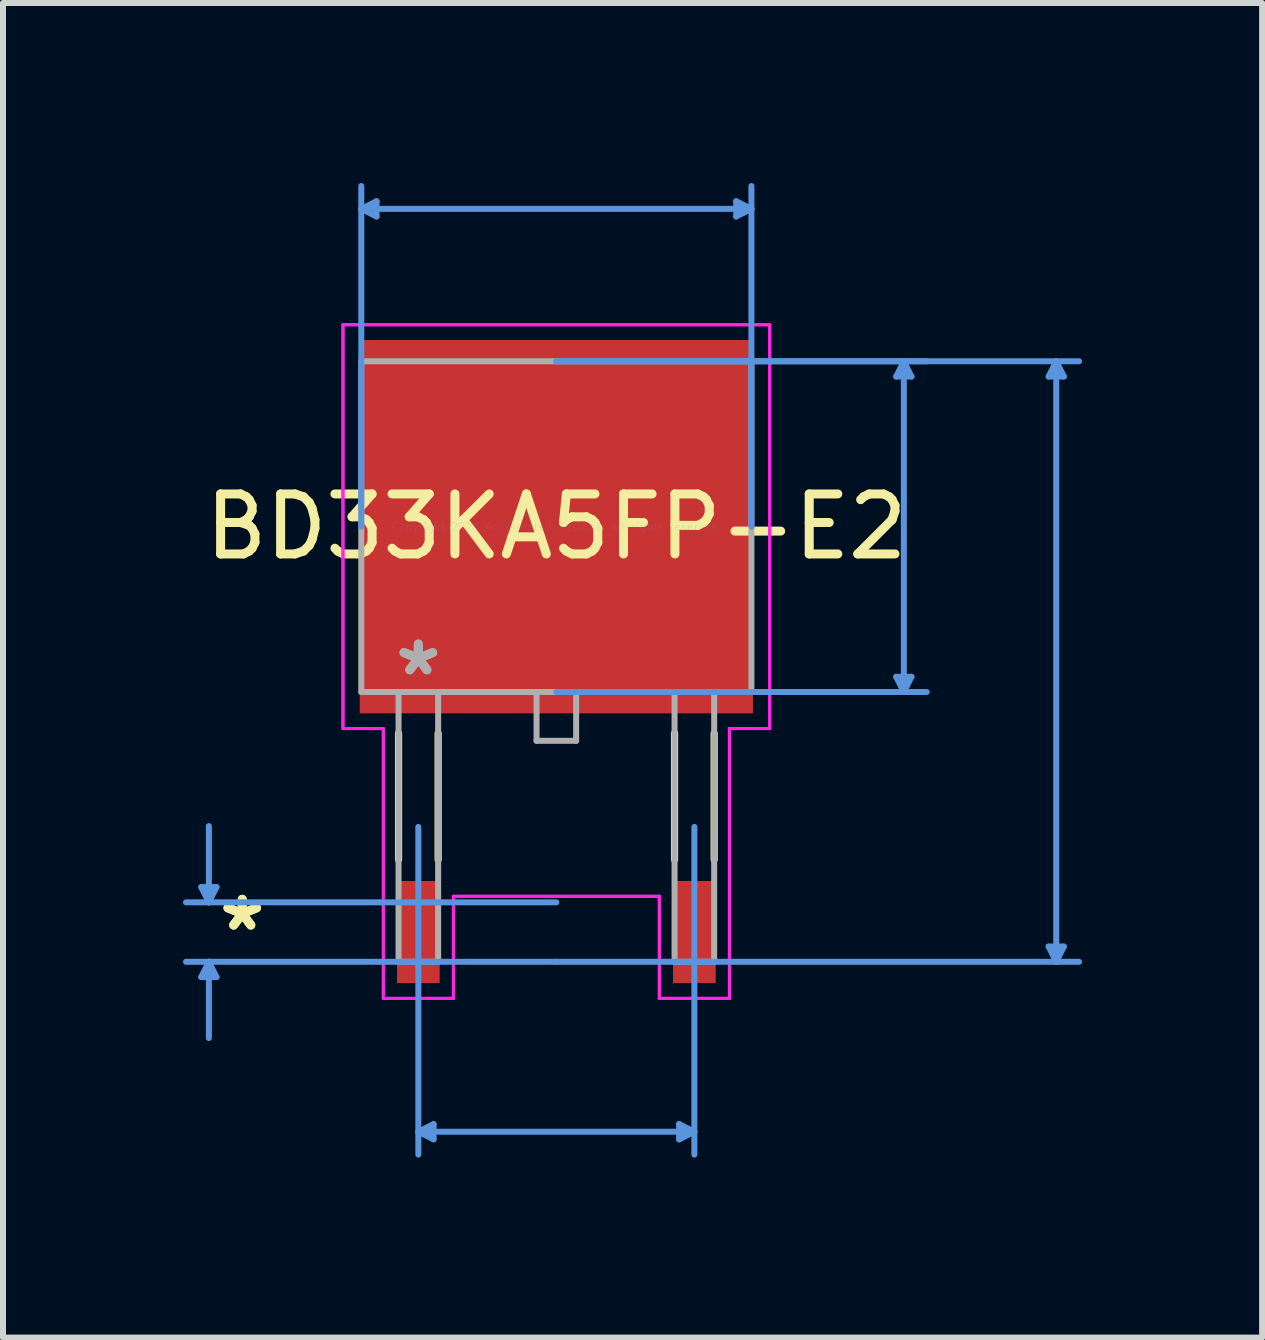
<source format=kicad_pcb>
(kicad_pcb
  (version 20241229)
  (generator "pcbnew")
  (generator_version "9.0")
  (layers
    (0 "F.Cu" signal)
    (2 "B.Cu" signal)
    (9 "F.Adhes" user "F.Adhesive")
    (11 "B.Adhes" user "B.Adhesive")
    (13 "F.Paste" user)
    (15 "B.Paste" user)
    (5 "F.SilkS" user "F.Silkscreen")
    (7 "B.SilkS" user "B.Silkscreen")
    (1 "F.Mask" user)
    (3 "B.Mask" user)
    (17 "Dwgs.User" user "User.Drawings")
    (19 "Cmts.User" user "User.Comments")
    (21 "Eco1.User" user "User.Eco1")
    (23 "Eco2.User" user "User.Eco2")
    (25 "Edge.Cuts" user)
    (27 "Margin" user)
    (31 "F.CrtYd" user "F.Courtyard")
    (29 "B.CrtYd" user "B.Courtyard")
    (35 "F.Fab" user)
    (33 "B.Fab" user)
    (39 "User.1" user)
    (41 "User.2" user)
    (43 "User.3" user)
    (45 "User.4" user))
  (footprint "BD33KA5FP-E2"
    (layer "F.Cu")
    (at 6.222 5.727)
    (property "Reference" "BD33KA5FP-E2" (at 0 0 0) (layer "F.SilkS") (effects (font (size 1 1) (thickness 0.15))))
    (attr through_hole)
    (fp_line (start -2.63 3.444) (end -2.63 5.55) (stroke (width 0.12) (type solid)) (layer "F.SilkS"))
    (fp_line (start -1.97 3.444) (end -1.97 5.55) (stroke (width 0.12) (type solid)) (layer "F.SilkS"))
    (fp_line (start 1.97 3.444) (end 1.97 5.55) (stroke (width 0.12) (type solid)) (layer "F.SilkS"))
    (fp_line (start 2.63 3.444) (end 2.63 5.55) (stroke (width 0.12) (type solid)) (layer "F.SilkS"))
    (fp_line (start -5.918 6.007) (end -5.664 6.007) (stroke (width 0.1) (type solid)) (layer "Cmts.User"))
    (fp_line (start -5.918 7.506) (end -5.664 7.506) (stroke (width 0.1) (type solid)) (layer "Cmts.User"))
    (fp_line (start -5.791 6.261) (end -5.918 6.007) (stroke (width 0.1) (type solid)) (layer "Cmts.User"))
    (fp_line (start -5.791 6.261) (end -5.791 4.991) (stroke (width 0.1) (type solid)) (layer "Cmts.User"))
    (fp_line (start -5.791 6.261) (end -5.664 6.007) (stroke (width 0.1) (type solid)) (layer "Cmts.User"))
    (fp_line (start -5.791 7.252) (end -5.918 7.506) (stroke (width 0.1) (type solid)) (layer "Cmts.User"))
    (fp_line (start -5.791 7.252) (end -5.791 8.522) (stroke (width 0.1) (type solid)) (layer "Cmts.User"))
    (fp_line (start -5.791 7.252) (end -5.664 7.506) (stroke (width 0.1) (type solid)) (layer "Cmts.User"))
    (fp_line (start -3.251 -5.296) (end -2.997 -5.423) (stroke (width 0.1) (type solid)) (layer "Cmts.User"))
    (fp_line (start -3.251 -5.296) (end -2.997 -5.169) (stroke (width 0.1) (type solid)) (layer "Cmts.User"))
    (fp_line (start -3.251 -5.296) (end 3.251 -5.296) (stroke (width 0.1) (type solid)) (layer "Cmts.User"))
    (fp_line (start -3.251 0) (end -3.251 -5.677) (stroke (width 0.1) (type solid)) (layer "Cmts.User"))
    (fp_line (start -2.997 -5.423) (end -2.997 -5.169) (stroke (width 0.1) (type solid)) (layer "Cmts.User"))
    (fp_line (start -2.3 5.004) (end -2.3 10.465) (stroke (width 0.1) (type solid)) (layer "Cmts.User"))
    (fp_line (start -2.3 10.084) (end -2.046 9.957) (stroke (width 0.1) (type solid)) (layer "Cmts.User"))
    (fp_line (start -2.3 10.084) (end -2.046 10.211) (stroke (width 0.1) (type solid)) (layer "Cmts.User"))
    (fp_line (start -2.3 10.084) (end 2.3 10.084) (stroke (width 0.1) (type solid)) (layer "Cmts.User"))
    (fp_line (start -2.046 9.957) (end -2.046 10.211) (stroke (width 0.1) (type solid)) (layer "Cmts.User"))
    (fp_line (start 0 -2.756) (end 6.172 -2.756) (stroke (width 0.1) (type solid)) (layer "Cmts.User"))
    (fp_line (start 0 -2.756) (end 8.712 -2.756) (stroke (width 0.1) (type solid)) (layer "Cmts.User"))
    (fp_line (start 0 2.756) (end 6.172 2.756) (stroke (width 0.1) (type solid)) (layer "Cmts.User"))
    (fp_line (start 0 6.261) (end -6.172 6.261) (stroke (width 0.1) (type solid)) (layer "Cmts.User"))
    (fp_line (start 0 7.252) (end -6.172 7.252) (stroke (width 0.1) (type solid)) (layer "Cmts.User"))
    (fp_line (start 0 7.252) (end 8.712 7.252) (stroke (width 0.1) (type solid)) (layer "Cmts.User"))
    (fp_line (start 2.046 9.957) (end 2.046 10.211) (stroke (width 0.1) (type solid)) (layer "Cmts.User"))
    (fp_line (start 2.3 5.004) (end 2.3 10.465) (stroke (width 0.1) (type solid)) (layer "Cmts.User"))
    (fp_line (start 2.3 10.084) (end 2.046 9.957) (stroke (width 0.1) (type solid)) (layer "Cmts.User"))
    (fp_line (start 2.3 10.084) (end 2.046 10.211) (stroke (width 0.1) (type solid)) (layer "Cmts.User"))
    (fp_line (start 2.997 -5.423) (end 2.997 -5.169) (stroke (width 0.1) (type solid)) (layer "Cmts.User"))
    (fp_line (start 3.251 -5.296) (end 2.997 -5.423) (stroke (width 0.1) (type solid)) (layer "Cmts.User"))
    (fp_line (start 3.251 -5.296) (end 2.997 -5.169) (stroke (width 0.1) (type solid)) (layer "Cmts.User"))
    (fp_line (start 3.251 0) (end 3.251 -5.677) (stroke (width 0.1) (type solid)) (layer "Cmts.User"))
    (fp_line (start 5.664 -2.502) (end 5.918 -2.502) (stroke (width 0.1) (type solid)) (layer "Cmts.User"))
    (fp_line (start 5.664 2.502) (end 5.918 2.502) (stroke (width 0.1) (type solid)) (layer "Cmts.User"))
    (fp_line (start 5.791 -2.756) (end 5.664 -2.502) (stroke (width 0.1) (type solid)) (layer "Cmts.User"))
    (fp_line (start 5.791 -2.756) (end 5.791 2.756) (stroke (width 0.1) (type solid)) (layer "Cmts.User"))
    (fp_line (start 5.791 -2.756) (end 5.918 -2.502) (stroke (width 0.1) (type solid)) (layer "Cmts.User"))
    (fp_line (start 5.791 2.756) (end 5.664 2.502) (stroke (width 0.1) (type solid)) (layer "Cmts.User"))
    (fp_line (start 5.791 2.756) (end 5.918 2.502) (stroke (width 0.1) (type solid)) (layer "Cmts.User"))
    (fp_line (start 8.204 -2.502) (end 8.458 -2.502) (stroke (width 0.1) (type solid)) (layer "Cmts.User"))
    (fp_line (start 8.204 6.998) (end 8.458 6.998) (stroke (width 0.1) (type solid)) (layer "Cmts.User"))
    (fp_line (start 8.331 -2.756) (end 8.204 -2.502) (stroke (width 0.1) (type solid)) (layer "Cmts.User"))
    (fp_line (start 8.331 -2.756) (end 8.331 7.252) (stroke (width 0.1) (type solid)) (layer "Cmts.User"))
    (fp_line (start 8.331 -2.756) (end 8.458 -2.502) (stroke (width 0.1) (type solid)) (layer "Cmts.User"))
    (fp_line (start 8.331 7.252) (end 8.204 6.998) (stroke (width 0.1) (type solid)) (layer "Cmts.User"))
    (fp_line (start 8.331 7.252) (end 8.458 6.998) (stroke (width 0.1) (type solid)) (layer "Cmts.User"))
    (fp_line (start -3.556 -3.365) (end 3.556 -3.365) (stroke (width 0.05) (type solid)) (layer "F.CrtYd"))
    (fp_line (start -3.556 -3.365) (end 3.556 -3.365) (stroke (width 0.05) (type solid)) (layer "F.CrtYd"))
    (fp_line (start -3.556 3.365) (end -3.556 -3.365) (stroke (width 0.05) (type solid)) (layer "F.CrtYd"))
    (fp_line (start -3.556 3.365) (end -3.556 -3.365) (stroke (width 0.05) (type solid)) (layer "F.CrtYd"))
    (fp_line (start -2.884 3.365) (end -3.556 3.365) (stroke (width 0.05) (type solid)) (layer "F.CrtYd"))
    (fp_line (start -2.884 3.365) (end -3.556 3.365) (stroke (width 0.05) (type solid)) (layer "F.CrtYd"))
    (fp_line (start -2.884 7.861) (end -2.884 3.365) (stroke (width 0.05) (type solid)) (layer "F.CrtYd"))
    (fp_line (start -2.884 7.861) (end -2.884 3.365) (stroke (width 0.05) (type solid)) (layer "F.CrtYd"))
    (fp_line (start -1.716 6.16) (end -1.716 7.861) (stroke (width 0.05) (type solid)) (layer "F.CrtYd"))
    (fp_line (start -1.716 6.16) (end -1.716 7.861) (stroke (width 0.05) (type solid)) (layer "F.CrtYd"))
    (fp_line (start -1.716 7.861) (end -2.884 7.861) (stroke (width 0.05) (type solid)) (layer "F.CrtYd"))
    (fp_line (start -1.716 7.861) (end -2.884 7.861) (stroke (width 0.05) (type solid)) (layer "F.CrtYd"))
    (fp_line (start 1.716 6.16) (end -1.716 6.16) (stroke (width 0.05) (type solid)) (layer "F.CrtYd"))
    (fp_line (start 1.716 6.16) (end -1.716 6.16) (stroke (width 0.05) (type solid)) (layer "F.CrtYd"))
    (fp_line (start 1.716 7.861) (end 1.716 6.16) (stroke (width 0.05) (type solid)) (layer "F.CrtYd"))
    (fp_line (start 1.716 7.861) (end 1.716 6.16) (stroke (width 0.05) (type solid)) (layer "F.CrtYd"))
    (fp_line (start 2.884 3.365) (end 2.884 7.861) (stroke (width 0.05) (type solid)) (layer "F.CrtYd"))
    (fp_line (start 2.884 3.365) (end 2.884 7.861) (stroke (width 0.05) (type solid)) (layer "F.CrtYd"))
    (fp_line (start 2.884 7.861) (end 1.716 7.861) (stroke (width 0.05) (type solid)) (layer "F.CrtYd"))
    (fp_line (start 2.884 7.861) (end 1.716 7.861) (stroke (width 0.05) (type solid)) (layer "F.CrtYd"))
    (fp_line (start 3.556 -3.365) (end 3.556 3.365) (stroke (width 0.05) (type solid)) (layer "F.CrtYd"))
    (fp_line (start 3.556 -3.365) (end 3.556 3.365) (stroke (width 0.05) (type solid)) (layer "F.CrtYd"))
    (fp_line (start 3.556 3.365) (end 2.884 3.365) (stroke (width 0.05) (type solid)) (layer "F.CrtYd"))
    (fp_line (start 3.556 3.365) (end 2.884 3.365) (stroke (width 0.05) (type solid)) (layer "F.CrtYd"))
    (fp_line (start -3.251 -2.756) (end -3.251 2.756) (stroke (width 0.1) (type solid)) (layer "F.Fab"))
    (fp_line (start -3.251 2.756) (end 3.251 2.756) (stroke (width 0.1) (type solid)) (layer "F.Fab"))
    (fp_line (start -2.63 2.756) (end -2.63 7.252) (stroke (width 0.1) (type solid)) (layer "F.Fab"))
    (fp_line (start -2.63 7.252) (end -1.97 7.252) (stroke (width 0.1) (type solid)) (layer "F.Fab"))
    (fp_line (start -1.97 2.756) (end -2.63 2.756) (stroke (width 0.1) (type solid)) (layer "F.Fab"))
    (fp_line (start -1.97 7.252) (end -1.97 2.756) (stroke (width 0.1) (type solid)) (layer "F.Fab"))
    (fp_line (start -0.33 2.756) (end -0.33 3.569) (stroke (width 0.1) (type solid)) (layer "F.Fab"))
    (fp_line (start -0.33 3.569) (end 0.33 3.569) (stroke (width 0.1) (type solid)) (layer "F.Fab"))
    (fp_line (start 0.33 3.569) (end 0.33 2.756) (stroke (width 0.1) (type solid)) (layer "F.Fab"))
    (fp_line (start 1.97 2.756) (end 1.97 7.252) (stroke (width 0.1) (type solid)) (layer "F.Fab"))
    (fp_line (start 1.97 7.252) (end 2.63 7.252) (stroke (width 0.1) (type solid)) (layer "F.Fab"))
    (fp_line (start 2.63 2.756) (end 1.97 2.756) (stroke (width 0.1) (type solid)) (layer "F.Fab"))
    (fp_line (start 2.63 7.252) (end 2.63 2.756) (stroke (width 0.1) (type solid)) (layer "F.Fab"))
    (fp_line (start 3.251 -2.756) (end -3.251 -2.756) (stroke (width 0.1) (type solid)) (layer "F.Fab"))
    (fp_line (start 3.251 2.756) (end 3.251 -2.756) (stroke (width 0.1) (type solid)) (layer "F.Fab"))
    (fp_text user "*" (at -5.235 6.756 0) (layer "F.SilkS") (effects (font (size 1 1) (thickness 0.15))))
    (fp_text user "*" (at -5.235 6.756 0) (layer "F.SilkS") (effects (font (size 1 1) (thickness 0.15))))
    (fp_text user "Copyright 2021 Accelerated Designs. All rights reserved." (at 0 0 0) (layer "Cmts.User") (effects (font (size 0.127 0.127) (thickness 0.002))))
    (fp_text user "*" (at -2.3 2.502 0) (layer "F.Fab") (effects (font (size 1 1) (thickness 0.15))))
    (fp_text user "*" (at -2.3 2.502 0) (layer "F.Fab") (effects (font (size 1 1) (thickness 0.15))))
    (pad "1" smd rect (at -2.3 6.756) (size 0.711 1.702) (layers "F.Cu" "F.Mask" "F.Paste"))
    (pad "2" smd rect (at 0 0) (size 6.553 6.223) (layers "F.Cu" "F.Mask" "F.Paste"))
    (pad "3" smd rect (at 2.3 6.756) (size 0.711 1.702) (layers "F.Cu" "F.Mask" "F.Paste")))
  (gr_rect
    (start -3 -3)
    (end 17.984 19.242)
    (stroke (width 0.1) (type default))
    (fill no)
    (layer "Edge.Cuts")))
</source>
